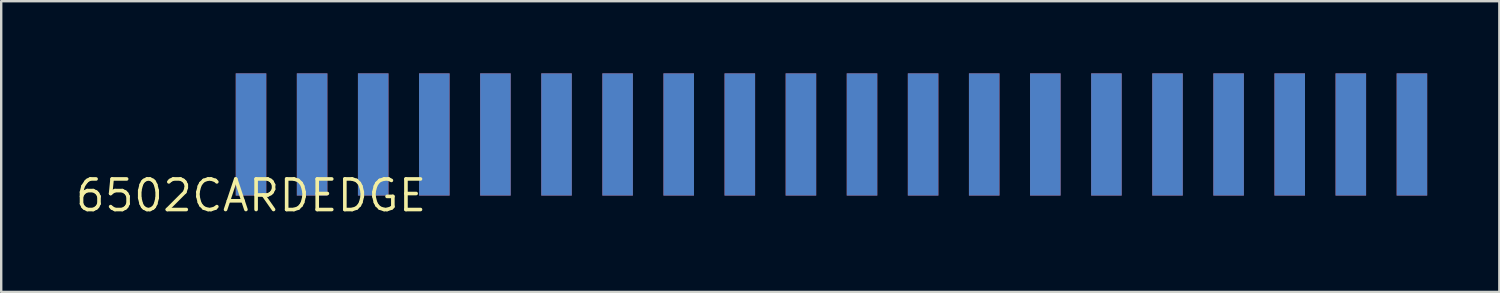
<source format=kicad_pcb>
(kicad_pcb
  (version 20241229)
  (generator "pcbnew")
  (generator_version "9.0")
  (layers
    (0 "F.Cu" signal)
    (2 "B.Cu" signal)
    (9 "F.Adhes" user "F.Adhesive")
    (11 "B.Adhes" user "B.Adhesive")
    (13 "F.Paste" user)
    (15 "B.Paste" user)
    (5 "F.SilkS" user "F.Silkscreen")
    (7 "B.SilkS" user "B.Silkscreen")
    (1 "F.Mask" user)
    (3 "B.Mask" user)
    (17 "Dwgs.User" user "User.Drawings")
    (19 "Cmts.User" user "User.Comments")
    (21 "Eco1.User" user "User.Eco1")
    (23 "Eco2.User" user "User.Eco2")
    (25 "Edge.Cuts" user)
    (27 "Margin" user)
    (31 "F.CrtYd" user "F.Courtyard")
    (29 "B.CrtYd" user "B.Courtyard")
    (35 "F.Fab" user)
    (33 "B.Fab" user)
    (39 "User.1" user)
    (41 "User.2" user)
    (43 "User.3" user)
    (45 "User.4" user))
  (footprint "6502CARDEDGE"
    (layer "F.Cu")
    (at 7.385 5.08)
    (property "Reference" "6502CARDEDGE" (at 0 0 0) (layer "F.SilkS") (effects (font (size 1.27 1.27) (thickness 0.15))))
    (attr through_hole)
    (pad "A0" smd rect (at 45.72 -2.54 90) (size 5.08 1.27) (layers "B.Cu" "B.Mask" "B.Paste"))
    (pad "A1" smd rect (at 43.18 -2.54 90) (size 5.08 1.27) (layers "B.Cu" "B.Mask" "B.Paste"))
    (pad "A2" smd rect (at 40.64 -2.54 90) (size 5.08 1.27) (layers "B.Cu" "B.Mask" "B.Paste"))
    (pad "A3" smd rect (at 38.1 -2.54 90) (size 5.08 1.27) (layers "B.Cu" "B.Mask" "B.Paste"))
    (pad "A4" smd rect (at 35.56 -2.54 90) (size 5.08 1.27) (layers "B.Cu" "B.Mask" "B.Paste"))
    (pad "A5" smd rect (at 33.02 -2.54 90) (size 5.08 1.27) (layers "B.Cu" "B.Mask" "B.Paste"))
    (pad "A6" smd rect (at 30.48 -2.54 90) (size 5.08 1.27) (layers "B.Cu" "B.Mask" "B.Paste"))
    (pad "A7" smd rect (at 27.94 -2.54 90) (size 5.08 1.27) (layers "B.Cu" "B.Mask" "B.Paste"))
    (pad "A8" smd rect (at 25.4 -2.54 90) (size 5.08 1.27) (layers "B.Cu" "B.Mask" "B.Paste"))
    (pad "A9" smd rect (at 22.86 -2.54 90) (size 5.08 1.27) (layers "B.Cu" "B.Mask" "B.Paste"))
    (pad "A10" smd rect (at 20.32 -2.54 90) (size 5.08 1.27) (layers "B.Cu" "B.Mask" "B.Paste"))
    (pad "A11" smd rect (at 17.78 -2.54 90) (size 5.08 1.27) (layers "B.Cu" "B.Mask" "B.Paste"))
    (pad "A12" smd rect (at 15.24 -2.54 90) (size 5.08 1.27) (layers "B.Cu" "B.Mask" "B.Paste"))
    (pad "A13" smd rect (at 12.7 -2.54 90) (size 5.08 1.27) (layers "B.Cu" "B.Mask" "B.Paste"))
    (pad "A14" smd rect (at 10.16 -2.54 90) (size 5.08 1.27) (layers "B.Cu" "B.Mask" "B.Paste"))
    (pad "A15" smd rect (at 7.62 -2.54 90) (size 5.08 1.27) (layers "B.Cu" "B.Mask" "B.Paste"))
    (pad "BE" smd rect (at 12.7 -2.54 90) (size 5.08 1.27) (layers "F.Cu" "F.Mask" "F.Paste"))
    (pad "D0" smd rect (at 45.72 -2.54 90) (size 5.08 1.27) (layers "F.Cu" "F.Mask" "F.Paste"))
    (pad "D1" smd rect (at 43.18 -2.54 90) (size 5.08 1.27) (layers "F.Cu" "F.Mask" "F.Paste"))
    (pad "D2" smd rect (at 40.64 -2.54 90) (size 5.08 1.27) (layers "F.Cu" "F.Mask" "F.Paste"))
    (pad "D3" smd rect (at 38.1 -2.54 90) (size 5.08 1.27) (layers "F.Cu" "F.Mask" "F.Paste"))
    (pad "D4" smd rect (at 35.56 -2.54 90) (size 5.08 1.27) (layers "F.Cu" "F.Mask" "F.Paste"))
    (pad "D5" smd rect (at 33.02 -2.54 90) (size 5.08 1.27) (layers "F.Cu" "F.Mask" "F.Paste"))
    (pad "D6" smd rect (at 30.48 -2.54 90) (size 5.08 1.27) (layers "F.Cu" "F.Mask" "F.Paste"))
    (pad "D7" smd rect (at 27.94 -2.54 90) (size 5.08 1.27) (layers "F.Cu" "F.Mask" "F.Paste"))
    (pad "EXP0" smd rect (at 5.08 -2.54 90) (size 5.08 1.27) (layers "B.Cu" "B.Mask" "B.Paste"))
    (pad "EXP1" smd rect (at 2.54 -2.54 90) (size 5.08 1.27) (layers "B.Cu" "B.Mask" "B.Paste"))
    (pad "EXP2" smd rect (at 25.4 -2.54 90) (size 5.08 1.27) (layers "F.Cu" "F.Mask" "F.Paste"))
    (pad "EXP3" smd rect (at 22.86 -2.54 90) (size 5.08 1.27) (layers "F.Cu" "F.Mask" "F.Paste"))
    (pad "GND" smd rect (at 0 -2.54 90) (size 5.08 1.27) (layers "F.Cu" "F.Mask" "F.Paste"))
    (pad "GND" smd rect (at 48.26 -2.54 90) (size 5.08 1.27) (layers "B.Cu" "B.Mask" "B.Paste"))
    (pad "IRQB" smd rect (at 5.08 -2.54 90) (size 5.08 1.27) (layers "F.Cu" "F.Mask" "F.Paste"))
    (pad "MLB" smd rect (at 17.78 -2.54 90) (size 5.08 1.27) (layers "F.Cu" "F.Mask" "F.Paste"))
    (pad "NMIB" smd rect (at 7.62 -2.54 90) (size 5.08 1.27) (layers "F.Cu" "F.Mask" "F.Paste"))
    (pad "PHI2" smd rect (at 20.32 -2.54 90) (size 5.08 1.27) (layers "F.Cu" "F.Mask" "F.Paste"))
    (pad "RDY" smd rect (at 10.16 -2.54 90) (size 5.08 1.27) (layers "F.Cu" "F.Mask" "F.Paste"))
    (pad "RESB" smd rect (at 2.54 -2.54 90) (size 5.08 1.27) (layers "F.Cu" "F.Mask" "F.Paste"))
    (pad "RWB" smd rect (at 15.24 -2.54 90) (size 5.08 1.27) (layers "F.Cu" "F.Mask" "F.Paste"))
    (pad "VCC" smd rect (at 0 -2.54 90) (size 5.08 1.27) (layers "B.Cu" "B.Mask" "B.Paste"))
    (pad "VCC" smd rect (at 48.26 -2.54 90) (size 5.08 1.27) (layers "F.Cu" "F.Mask" "F.Paste")))
  (gr_rect
    (start -3 -3)
    (end 59.28 9.086)
    (stroke (width 0.1) (type default))
    (fill no)
    (layer "Edge.Cuts")))
</source>
